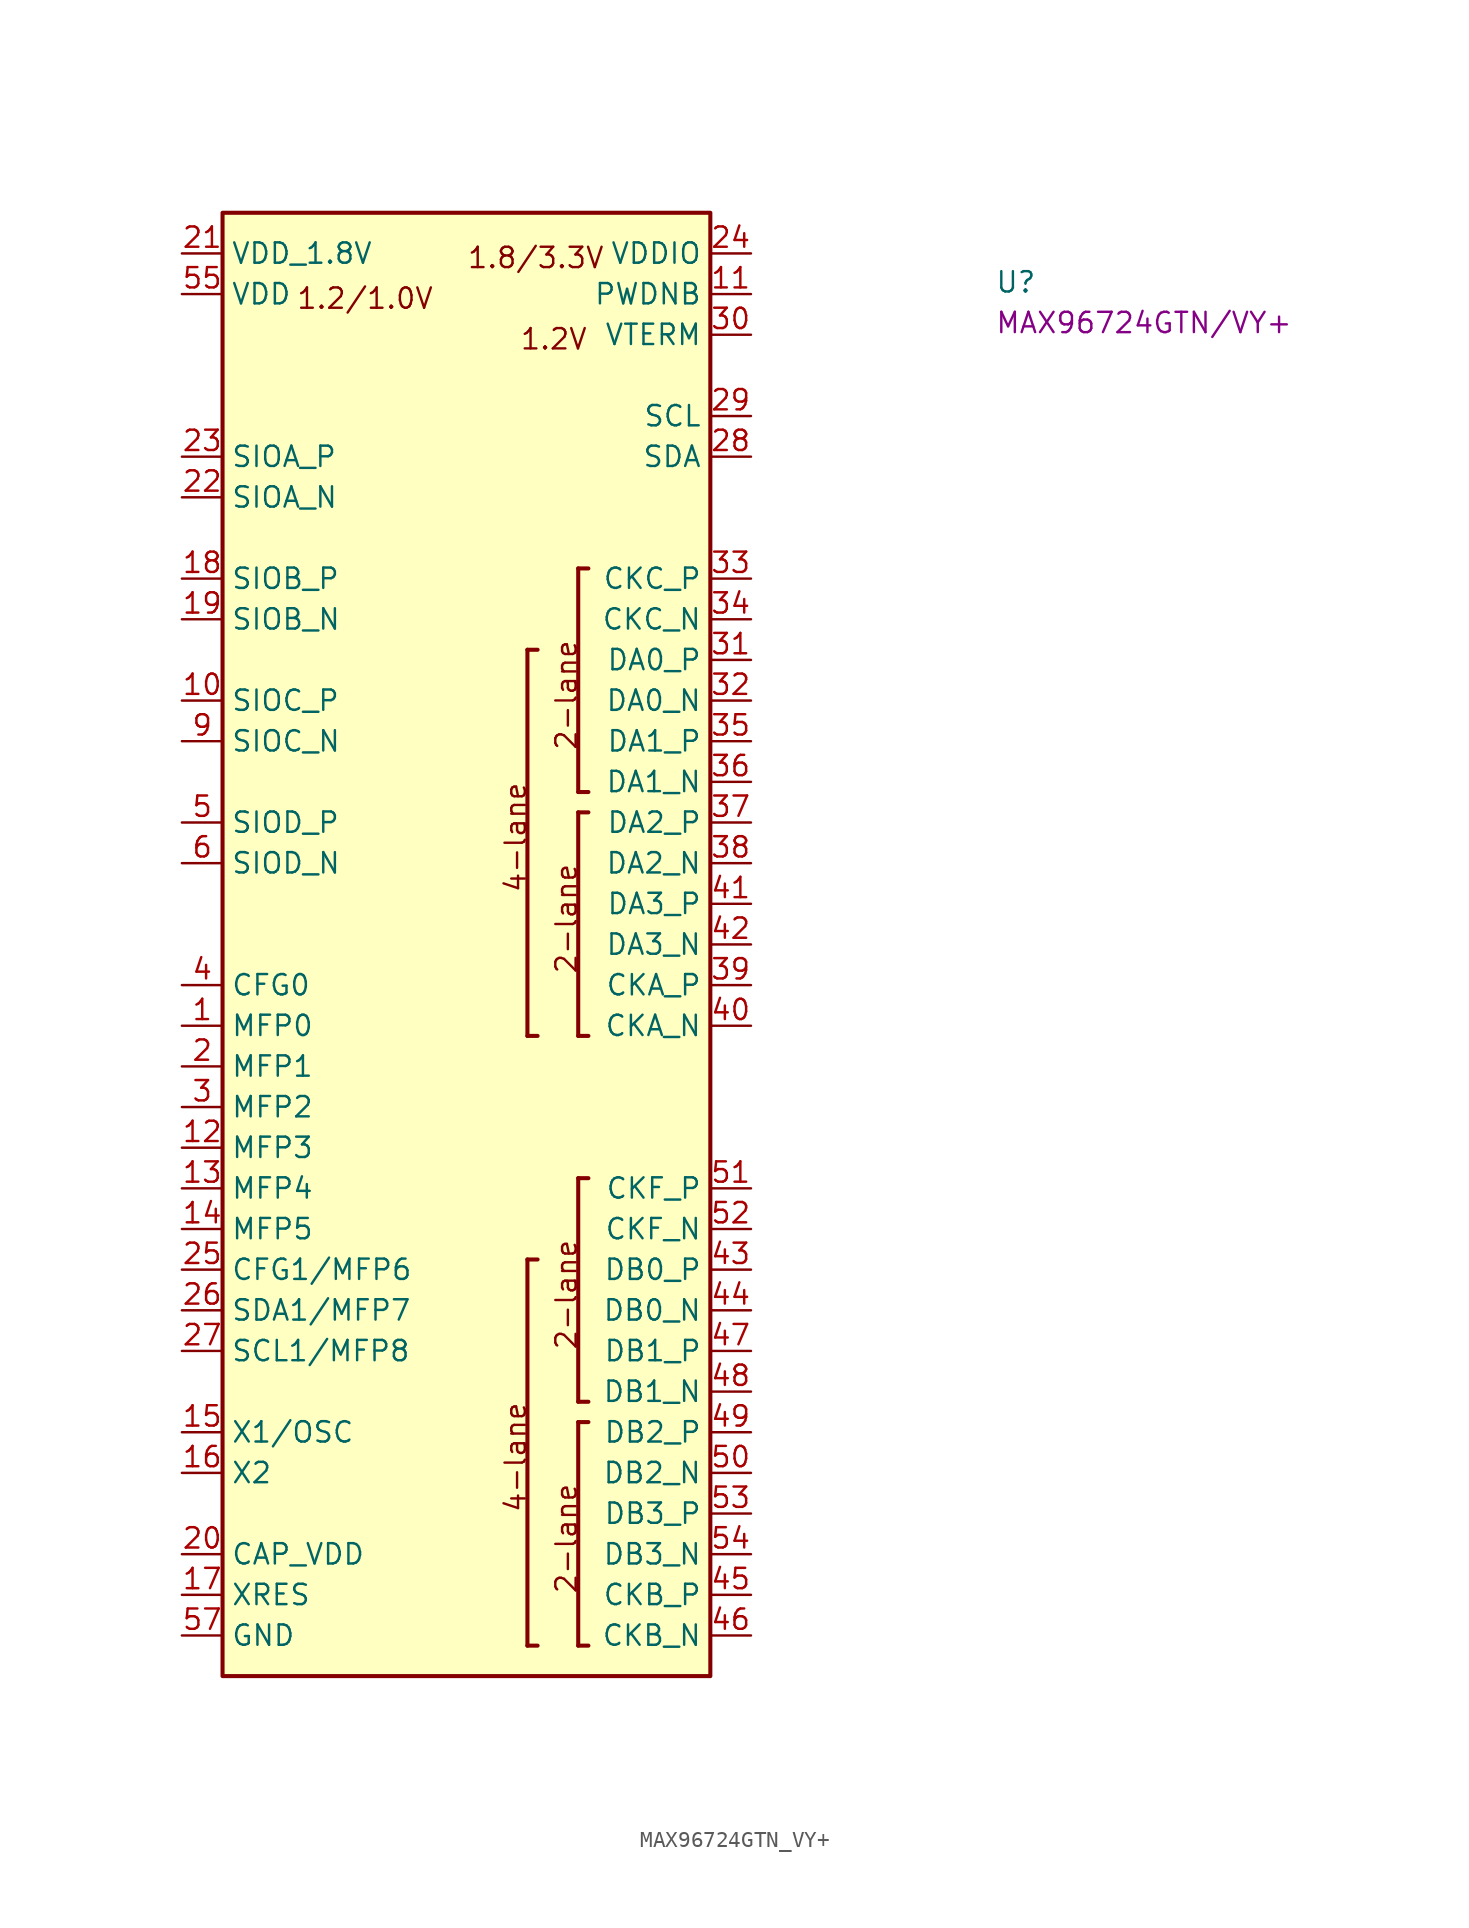
<source format=kicad_sym>
(kicad_symbol_lib
  (version 20220914)
  (generator kicad_symbol_editor)
  (symbol "MAX96724GTN_VY+"
    (property "Reference" "U"
      (at 50.8 -2.54 0)
      (effects (font (size 1.27 1.27) (thickness 0.15)) (justify left bottom)))
    (property "MPN" "MAX96724GTN/VY+"
      (at 50.8 -5.08 0)
      (effects (font (size 1.27 1.27) (thickness 0.15)) (justify left bottom)))
    (symbol "MAX96724GTN_VY+_1_1"
      (polyline (pts (xy 21.59 -86.995) (xy 22.225 -86.995)) (stroke (width 0.254) (type default)) (fill (type background)))
      (polyline (pts (xy 21.59 -62.865) (xy 21.59 -86.995)) (stroke (width 0.254) (type default)) (fill (type background)))
      (polyline (pts (xy 21.59 -62.865) (xy 22.225 -62.865)) (stroke (width 0.254) (type default)) (fill (type background)))
      (polyline (pts (xy 21.59 -48.895) (xy 22.225 -48.895)) (stroke (width 0.254) (type default)) (fill (type background)))
      (polyline (pts (xy 21.59 -24.765) (xy 21.59 -48.895)) (stroke (width 0.254) (type default)) (fill (type background)))
      (polyline (pts (xy 21.59 -24.765) (xy 22.225 -24.765)) (stroke (width 0.254) (type default)) (fill (type background)))
      (polyline (pts (xy 24.765 -86.995) (xy 25.4 -86.995)) (stroke (width 0.254) (type default)) (fill (type background)))
      (polyline (pts (xy 24.765 -73.025) (xy 24.765 -86.995)) (stroke (width 0.254) (type default)) (fill (type background)))
      (polyline (pts (xy 24.765 -73.025) (xy 25.4 -73.025)) (stroke (width 0.254) (type default)) (fill (type background)))
      (polyline (pts (xy 24.765 -71.755) (xy 25.4 -71.755)) (stroke (width 0.254) (type default)) (fill (type background)))
      (polyline (pts (xy 24.765 -57.785) (xy 24.765 -71.755)) (stroke (width 0.254) (type default)) (fill (type background)))
      (polyline (pts (xy 24.765 -57.785) (xy 25.4 -57.785)) (stroke (width 0.254) (type default)) (fill (type background)))
      (polyline (pts (xy 24.765 -48.895) (xy 25.4 -48.895)) (stroke (width 0.254) (type default)) (fill (type background)))
      (polyline (pts (xy 24.765 -34.925) (xy 24.765 -48.895)) (stroke (width 0.254) (type default)) (fill (type background)))
      (polyline (pts (xy 24.765 -34.925) (xy 25.4 -34.925)) (stroke (width 0.254) (type default)) (fill (type background)))
      (polyline (pts (xy 24.765 -33.655) (xy 25.4 -33.655)) (stroke (width 0.254) (type default)) (fill (type background)))
      (polyline (pts (xy 24.765 -19.685) (xy 24.765 -33.655)) (stroke (width 0.254) (type default)) (fill (type background)))
      (polyline (pts (xy 24.765 -19.685) (xy 25.4 -19.685)) (stroke (width 0.254) (type default)) (fill (type background)))
      (rectangle (start 2.54 2.54) (end 33.02 -88.9) (stroke (width 0.254) (type default)) (fill (type background)))
      (text "1.2/1.0V" (at 7.112 -3.556 0) (effects (font (size 1.27 1.27) (thickness 0.15)) (justify left bottom)))
      (text "1.2V" (at 21.082 -6.096 0) (effects (font (size 1.27 1.27) (thickness 0.15)) (justify left bottom)))
      (text "1.8/3.3V" (at 17.78 -1.016 0) (effects (font (size 1.27 1.27) (thickness 0.15)) (justify left bottom)))
      (text "2-lane" (at 24.765 -83.82 900) (effects (font (size 1.27 1.27) (thickness 0.15)) (justify left bottom)))
      (text "2-lane" (at 24.765 -68.58 900) (effects (font (size 1.27 1.27) (thickness 0.15)) (justify left bottom)))
      (text "2-lane" (at 24.765 -45.085 900) (effects (font (size 1.27 1.27) (thickness 0.15)) (justify left bottom)))
      (text "2-lane" (at 24.765 -31.115 900) (effects (font (size 1.27 1.27) (thickness 0.15)) (justify left bottom)))
      (text "4-lane" (at 21.59 -78.74 900) (effects (font (size 1.27 1.27) (thickness 0.15)) (justify left bottom)))
      (text "4-lane" (at 21.59 -40.005 900) (effects (font (size 1.27 1.27) (thickness 0.15)) (justify left bottom)))
      (pin passive line (at 0 -48.26 0) (length 2.54) (name "MFP0" (effects (font (size 1.27 1.27)))) (number "1" (effects (font (size 1.27 1.27)))))
      (pin passive line (at 0 -27.94 0) (length 2.54) (name "SIOC_P" (effects (font (size 1.27 1.27)))) (number "10" (effects (font (size 1.27 1.27)))))
      (pin passive line (at 35.56 -2.54 180) (length 2.54) (name "PWDNB" (effects (font (size 1.27 1.27)))) (number "11" (effects (font (size 1.27 1.27)))))
      (pin passive line (at 0 -55.88 0) (length 2.54) (name "MFP3" (effects (font (size 1.27 1.27)))) (number "12" (effects (font (size 1.27 1.27)))))
      (pin passive line (at 0 -58.42 0) (length 2.54) (name "MFP4" (effects (font (size 1.27 1.27)))) (number "13" (effects (font (size 1.27 1.27)))))
      (pin passive line (at 0 -60.96 0) (length 2.54) (name "MFP5" (effects (font (size 1.27 1.27)))) (number "14" (effects (font (size 1.27 1.27)))))
      (pin passive line (at 0 -73.66 0) (length 2.54) (name "X1/OSC" (effects (font (size 1.27 1.27)))) (number "15" (effects (font (size 1.27 1.27)))))
      (pin passive line (at 0 -76.2 0) (length 2.54) (name "X2" (effects (font (size 1.27 1.27)))) (number "16" (effects (font (size 1.27 1.27)))))
      (pin passive line (at 0 -83.82 0) (length 2.54) (name "XRES" (effects (font (size 1.27 1.27)))) (number "17" (effects (font (size 1.27 1.27)))))
      (pin passive line (at 0 -20.32 0) (length 2.54) (name "SIOB_P" (effects (font (size 1.27 1.27)))) (number "18" (effects (font (size 1.27 1.27)))))
      (pin passive line (at 0 -22.86 0) (length 2.54) (name "SIOB_N" (effects (font (size 1.27 1.27)))) (number "19" (effects (font (size 1.27 1.27)))))
      (pin passive line (at 0 -50.8 0) (length 2.54) (name "MFP1" (effects (font (size 1.27 1.27)))) (number "2" (effects (font (size 1.27 1.27)))))
      (pin passive line (at 0 -81.28 0) (length 2.54) (name "CAP_VDD" (effects (font (size 1.27 1.27)))) (number "20" (effects (font (size 1.27 1.27)))))
      (pin passive line (at 0 0 0) (length 2.54) (name "VDD_1.8V" (effects (font (size 1.27 1.27)))) (number "21" (effects (font (size 1.27 1.27)))))
      (pin passive line (at 0 -15.24 0) (length 2.54) (name "SIOA_N" (effects (font (size 1.27 1.27)))) (number "22" (effects (font (size 1.27 1.27)))))
      (pin passive line (at 0 -12.7 0) (length 2.54) (name "SIOA_P" (effects (font (size 1.27 1.27)))) (number "23" (effects (font (size 1.27 1.27)))))
      (pin passive line (at 35.56 0 180) (length 2.54) (name "VDDIO" (effects (font (size 1.27 1.27)))) (number "24" (effects (font (size 1.27 1.27)))))
      (pin passive line (at 0 -63.5 0) (length 2.54) (name "CFG1/MFP6" (effects (font (size 1.27 1.27)))) (number "25" (effects (font (size 1.27 1.27)))))
      (pin passive line (at 0 -66.04 0) (length 2.54) (name "SDA1/MFP7" (effects (font (size 1.27 1.27)))) (number "26" (effects (font (size 1.27 1.27)))))
      (pin passive line (at 0 -68.58 0) (length 2.54) (name "SCL1/MFP8" (effects (font (size 1.27 1.27)))) (number "27" (effects (font (size 1.27 1.27)))))
      (pin passive line (at 35.56 -12.7 180) (length 2.54) (name "SDA" (effects (font (size 1.27 1.27)))) (number "28" (effects (font (size 1.27 1.27)))))
      (pin passive line (at 35.56 -10.16 180) (length 2.54) (name "SCL" (effects (font (size 1.27 1.27)))) (number "29" (effects (font (size 1.27 1.27)))))
      (pin passive line (at 0 -53.34 0) (length 2.54) (name "MFP2" (effects (font (size 1.27 1.27)))) (number "3" (effects (font (size 1.27 1.27)))))
      (pin passive line (at 35.56 -5.08 180) (length 2.54) (name "VTERM" (effects (font (size 1.27 1.27)))) (number "30" (effects (font (size 1.27 1.27)))))
      (pin passive line (at 35.56 -25.4 180) (length 2.54) (name "DA0_P" (effects (font (size 1.27 1.27)))) (number "31" (effects (font (size 1.27 1.27)))))
      (pin passive line (at 35.56 -27.94 180) (length 2.54) (name "DA0_N" (effects (font (size 1.27 1.27)))) (number "32" (effects (font (size 1.27 1.27)))))
      (pin passive line (at 35.56 -20.32 180) (length 2.54) (name "CKC_P" (effects (font (size 1.27 1.27)))) (number "33" (effects (font (size 1.27 1.27)))))
      (pin passive line (at 35.56 -22.86 180) (length 2.54) (name "CKC_N" (effects (font (size 1.27 1.27)))) (number "34" (effects (font (size 1.27 1.27)))))
      (pin passive line (at 35.56 -30.48 180) (length 2.54) (name "DA1_P" (effects (font (size 1.27 1.27)))) (number "35" (effects (font (size 1.27 1.27)))))
      (pin passive line (at 35.56 -33.02 180) (length 2.54) (name "DA1_N" (effects (font (size 1.27 1.27)))) (number "36" (effects (font (size 1.27 1.27)))))
      (pin passive line (at 35.56 -35.56 180) (length 2.54) (name "DA2_P" (effects (font (size 1.27 1.27)))) (number "37" (effects (font (size 1.27 1.27)))))
      (pin passive line (at 35.56 -38.1 180) (length 2.54) (name "DA2_N" (effects (font (size 1.27 1.27)))) (number "38" (effects (font (size 1.27 1.27)))))
      (pin passive line (at 35.56 -45.72 180) (length 2.54) (name "CKA_P" (effects (font (size 1.27 1.27)))) (number "39" (effects (font (size 1.27 1.27)))))
      (pin passive line (at 0 -45.72 0) (length 2.54) (name "CFG0" (effects (font (size 1.27 1.27)))) (number "4" (effects (font (size 1.27 1.27)))))
      (pin passive line (at 35.56 -48.26 180) (length 2.54) (name "CKA_N" (effects (font (size 1.27 1.27)))) (number "40" (effects (font (size 1.27 1.27)))))
      (pin passive line (at 35.56 -40.64 180) (length 2.54) (name "DA3_P" (effects (font (size 1.27 1.27)))) (number "41" (effects (font (size 1.27 1.27)))))
      (pin passive line (at 35.56 -43.18 180) (length 2.54) (name "DA3_N" (effects (font (size 1.27 1.27)))) (number "42" (effects (font (size 1.27 1.27)))))
      (pin passive line (at 35.56 -63.5 180) (length 2.54) (name "DB0_P" (effects (font (size 1.27 1.27)))) (number "43" (effects (font (size 1.27 1.27)))))
      (pin passive line (at 35.56 -66.04 180) (length 2.54) (name "DB0_N" (effects (font (size 1.27 1.27)))) (number "44" (effects (font (size 1.27 1.27)))))
      (pin passive line (at 35.56 -83.82 180) (length 2.54) (name "CKB_P" (effects (font (size 1.27 1.27)))) (number "45" (effects (font (size 1.27 1.27)))))
      (pin passive line (at 35.56 -86.36 180) (length 2.54) (name "CKB_N" (effects (font (size 1.27 1.27)))) (number "46" (effects (font (size 1.27 1.27)))))
      (pin passive line (at 35.56 -68.58 180) (length 2.54) (name "DB1_P" (effects (font (size 1.27 1.27)))) (number "47" (effects (font (size 1.27 1.27)))))
      (pin passive line (at 35.56 -71.12 180) (length 2.54) (name "DB1_N" (effects (font (size 1.27 1.27)))) (number "48" (effects (font (size 1.27 1.27)))))
      (pin passive line (at 35.56 -73.66 180) (length 2.54) (name "DB2_P" (effects (font (size 1.27 1.27)))) (number "49" (effects (font (size 1.27 1.27)))))
      (pin passive line (at 0 -35.56 0) (length 2.54) (name "SIOD_P" (effects (font (size 1.27 1.27)))) (number "5" (effects (font (size 1.27 1.27)))))
      (pin passive line (at 35.56 -76.2 180) (length 2.54) (name "DB2_N" (effects (font (size 1.27 1.27)))) (number "50" (effects (font (size 1.27 1.27)))))
      (pin passive line (at 35.56 -58.42 180) (length 2.54) (name "CKF_P" (effects (font (size 1.27 1.27)))) (number "51" (effects (font (size 1.27 1.27)))))
      (pin passive line (at 35.56 -60.96 180) (length 2.54) (name "CKF_N" (effects (font (size 1.27 1.27)))) (number "52" (effects (font (size 1.27 1.27)))))
      (pin passive line (at 35.56 -78.74 180) (length 2.54) (name "DB3_P" (effects (font (size 1.27 1.27)))) (number "53" (effects (font (size 1.27 1.27)))))
      (pin passive line (at 35.56 -81.28 180) (length 2.54) (name "DB3_N" (effects (font (size 1.27 1.27)))) (number "54" (effects (font (size 1.27 1.27)))))
      (pin passive line (at 0 -2.54 0) (length 2.54) (name "VDD" (effects (font (size 1.27 1.27)))) (number "55" (effects (font (size 1.27 1.27)))))
      (pin passive line (at 0 -2.54 0) (length 2.54) hide (name "VDD" (effects (font (size 1.27 1.27)))) (number "56" (effects (font (size 1.27 1.27)))))
      (pin passive line (at 0 -86.36 0) (length 2.54) (name "GND" (effects (font (size 1.27 1.27)))) (number "57" (effects (font (size 1.27 1.27)))))
      (pin passive line (at 0 -38.1 0) (length 2.54) (name "SIOD_N" (effects (font (size 1.27 1.27)))) (number "6" (effects (font (size 1.27 1.27)))))
      (pin passive line (at 0 0 0) (length 2.54) hide (name "VDD_1.8V" (effects (font (size 1.27 1.27)))) (number "7" (effects (font (size 1.27 1.27)))))
      (pin passive line (at 0 -81.28 0) (length 2.54) hide (name "CAP_VDD" (effects (font (size 1.27 1.27)))) (number "8" (effects (font (size 1.27 1.27)))))
      (pin passive line (at 0 -30.48 0) (length 2.54) (name "SIOC_N" (effects (font (size 1.27 1.27)))) (number "9" (effects (font (size 1.27 1.27))))))))
</source>
